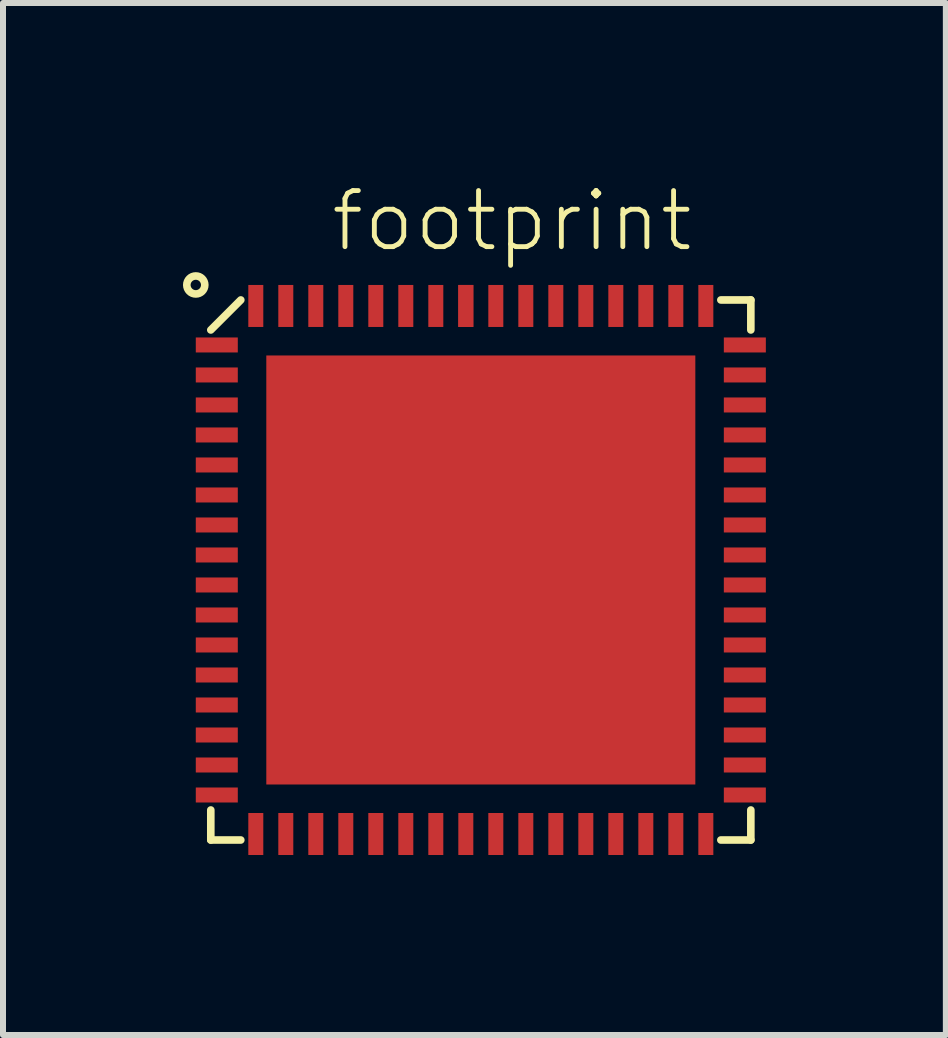
<source format=kicad_pcb>
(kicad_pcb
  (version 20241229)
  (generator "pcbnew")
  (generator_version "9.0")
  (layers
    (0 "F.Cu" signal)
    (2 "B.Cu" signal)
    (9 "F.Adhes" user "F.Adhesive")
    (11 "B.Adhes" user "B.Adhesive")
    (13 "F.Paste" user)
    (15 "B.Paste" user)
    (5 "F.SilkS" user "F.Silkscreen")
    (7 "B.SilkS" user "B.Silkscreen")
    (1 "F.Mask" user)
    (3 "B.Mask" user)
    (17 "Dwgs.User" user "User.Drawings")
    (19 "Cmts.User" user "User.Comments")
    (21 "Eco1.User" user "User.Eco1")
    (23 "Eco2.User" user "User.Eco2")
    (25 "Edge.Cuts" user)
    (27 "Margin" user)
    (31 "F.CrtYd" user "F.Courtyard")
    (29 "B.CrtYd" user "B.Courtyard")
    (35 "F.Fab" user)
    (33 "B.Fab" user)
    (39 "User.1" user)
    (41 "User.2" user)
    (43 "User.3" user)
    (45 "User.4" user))
  (footprint "footprint"
    (layer "F.Cu")
    (at 4.963 6.449)
    (property "Reference" "footprint" (at -2.54 -5.27 0) (layer "F.SilkS") (effects (font (size 0.935 0.935) (thickness 0.081)) (justify left bottom)))
    (fp_line (start -4.5 4.5) (end -4.5 4) (stroke (width 0.127) (type solid)) (layer "F.SilkS"))
    (fp_line (start -4 -4.5) (end -4.5 -4) (stroke (width 0.127) (type solid)) (layer "F.SilkS"))
    (fp_line (start -4 4.5) (end -4.5 4.5) (stroke (width 0.127) (type solid)) (layer "F.SilkS"))
    (fp_line (start 4 -4.5) (end 4.5 -4.5) (stroke (width 0.127) (type solid)) (layer "F.SilkS"))
    (fp_line (start 4 4.5) (end 4.5 4.5) (stroke (width 0.127) (type solid)) (layer "F.SilkS"))
    (fp_line (start 4.5 -4.5) (end 4.5 -4) (stroke (width 0.127) (type solid)) (layer "F.SilkS"))
    (fp_line (start 4.5 4.5) (end 4.5 4) (stroke (width 0.127) (type solid)) (layer "F.SilkS"))
    (fp_circle (center -4.75 -4.75) (end -4.6 -4.75) (stroke (width 0.127) (type solid)) (fill no) (layer "F.SilkS"))
    (fp_poly (pts (xy -4.68 -3.65) (xy -4.12 -3.65) (xy -4.12 -3.85) (xy -4.68 -3.85)) (stroke (width 0) (type solid)) (fill yes) (layer "F.Paste"))
    (fp_poly (pts (xy -4.68 -3.15) (xy -4.12 -3.15) (xy -4.12 -3.35) (xy -4.68 -3.35)) (stroke (width 0) (type solid)) (fill yes) (layer "F.Paste"))
    (fp_poly (pts (xy -4.68 -2.65) (xy -4.12 -2.65) (xy -4.12 -2.85) (xy -4.68 -2.85)) (stroke (width 0) (type solid)) (fill yes) (layer "F.Paste"))
    (fp_poly (pts (xy -4.68 -2.15) (xy -4.12 -2.15) (xy -4.12 -2.35) (xy -4.68 -2.35)) (stroke (width 0) (type solid)) (fill yes) (layer "F.Paste"))
    (fp_poly (pts (xy -4.68 -1.65) (xy -4.12 -1.65) (xy -4.12 -1.85) (xy -4.68 -1.85)) (stroke (width 0) (type solid)) (fill yes) (layer "F.Paste"))
    (fp_poly (pts (xy -4.68 -1.15) (xy -4.12 -1.15) (xy -4.12 -1.35) (xy -4.68 -1.35)) (stroke (width 0) (type solid)) (fill yes) (layer "F.Paste"))
    (fp_poly (pts (xy -4.68 -0.65) (xy -4.12 -0.65) (xy -4.12 -0.85) (xy -4.68 -0.85)) (stroke (width 0) (type solid)) (fill yes) (layer "F.Paste"))
    (fp_poly (pts (xy -4.68 -0.15) (xy -4.12 -0.15) (xy -4.12 -0.35) (xy -4.68 -0.35)) (stroke (width 0) (type solid)) (fill yes) (layer "F.Paste"))
    (fp_poly (pts (xy -4.68 0.35) (xy -4.12 0.35) (xy -4.12 0.15) (xy -4.68 0.15)) (stroke (width 0) (type solid)) (fill yes) (layer "F.Paste"))
    (fp_poly (pts (xy -4.68 0.85) (xy -4.12 0.85) (xy -4.12 0.65) (xy -4.68 0.65)) (stroke (width 0) (type solid)) (fill yes) (layer "F.Paste"))
    (fp_poly (pts (xy -4.68 1.35) (xy -4.12 1.35) (xy -4.12 1.15) (xy -4.68 1.15)) (stroke (width 0) (type solid)) (fill yes) (layer "F.Paste"))
    (fp_poly (pts (xy -4.68 1.85) (xy -4.12 1.85) (xy -4.12 1.65) (xy -4.68 1.65)) (stroke (width 0) (type solid)) (fill yes) (layer "F.Paste"))
    (fp_poly (pts (xy -4.68 2.35) (xy -4.12 2.35) (xy -4.12 2.15) (xy -4.68 2.15)) (stroke (width 0) (type solid)) (fill yes) (layer "F.Paste"))
    (fp_poly (pts (xy -4.68 2.85) (xy -4.12 2.85) (xy -4.12 2.65) (xy -4.68 2.65)) (stroke (width 0) (type solid)) (fill yes) (layer "F.Paste"))
    (fp_poly (pts (xy -4.68 3.35) (xy -4.12 3.35) (xy -4.12 3.15) (xy -4.68 3.15)) (stroke (width 0) (type solid)) (fill yes) (layer "F.Paste"))
    (fp_poly (pts (xy -4.68 3.85) (xy -4.12 3.85) (xy -4.12 3.65) (xy -4.68 3.65)) (stroke (width 0) (type solid)) (fill yes) (layer "F.Paste"))
    (fp_poly (pts (xy -3.85 -4.12) (xy -3.65 -4.12) (xy -3.65 -4.68) (xy -3.85 -4.68)) (stroke (width 0) (type solid)) (fill yes) (layer "F.Paste"))
    (fp_poly (pts (xy -3.85 4.68) (xy -3.65 4.68) (xy -3.65 4.12) (xy -3.85 4.12)) (stroke (width 0) (type solid)) (fill yes) (layer "F.Paste"))
    (fp_poly (pts (xy -3.35 -4.12) (xy -3.15 -4.12) (xy -3.15 -4.68) (xy -3.35 -4.68)) (stroke (width 0) (type solid)) (fill yes) (layer "F.Paste"))
    (fp_poly (pts (xy -3.35 4.68) (xy -3.15 4.68) (xy -3.15 4.12) (xy -3.35 4.12)) (stroke (width 0) (type solid)) (fill yes) (layer "F.Paste"))
    (fp_poly (pts (xy -2.85 -4.12) (xy -2.65 -4.12) (xy -2.65 -4.68) (xy -2.85 -4.68)) (stroke (width 0) (type solid)) (fill yes) (layer "F.Paste"))
    (fp_poly (pts (xy -2.85 4.68) (xy -2.65 4.68) (xy -2.65 4.12) (xy -2.85 4.12)) (stroke (width 0) (type solid)) (fill yes) (layer "F.Paste"))
    (fp_poly (pts (xy -2.663 -0.912) (xy -0.912 -0.912) (xy -0.912 -2.663) (xy -2.663 -2.663)) (stroke (width 0) (type solid)) (fill yes) (layer "F.Paste"))
    (fp_poly (pts (xy -2.663 2.663) (xy -0.912 2.663) (xy -0.912 0.912) (xy -2.663 0.912)) (stroke (width 0) (type solid)) (fill yes) (layer "F.Paste"))
    (fp_poly (pts (xy -2.35 -4.12) (xy -2.15 -4.12) (xy -2.15 -4.68) (xy -2.35 -4.68)) (stroke (width 0) (type solid)) (fill yes) (layer "F.Paste"))
    (fp_poly (pts (xy -2.35 4.68) (xy -2.15 4.68) (xy -2.15 4.12) (xy -2.35 4.12)) (stroke (width 0) (type solid)) (fill yes) (layer "F.Paste"))
    (fp_poly (pts (xy -1.85 -4.12) (xy -1.65 -4.12) (xy -1.65 -4.68) (xy -1.85 -4.68)) (stroke (width 0) (type solid)) (fill yes) (layer "F.Paste"))
    (fp_poly (pts (xy -1.85 4.68) (xy -1.65 4.68) (xy -1.65 4.12) (xy -1.85 4.12)) (stroke (width 0) (type solid)) (fill yes) (layer "F.Paste"))
    (fp_poly (pts (xy -1.35 -4.12) (xy -1.15 -4.12) (xy -1.15 -4.68) (xy -1.35 -4.68)) (stroke (width 0) (type solid)) (fill yes) (layer "F.Paste"))
    (fp_poly (pts (xy -1.35 4.68) (xy -1.15 4.68) (xy -1.15 4.12) (xy -1.35 4.12)) (stroke (width 0) (type solid)) (fill yes) (layer "F.Paste"))
    (fp_poly (pts (xy -0.85 -4.12) (xy -0.65 -4.12) (xy -0.65 -4.68) (xy -0.85 -4.68)) (stroke (width 0) (type solid)) (fill yes) (layer "F.Paste"))
    (fp_poly (pts (xy -0.85 4.68) (xy -0.65 4.68) (xy -0.65 4.12) (xy -0.85 4.12)) (stroke (width 0) (type solid)) (fill yes) (layer "F.Paste"))
    (fp_poly (pts (xy -0.35 -4.12) (xy -0.15 -4.12) (xy -0.15 -4.68) (xy -0.35 -4.68)) (stroke (width 0) (type solid)) (fill yes) (layer "F.Paste"))
    (fp_poly (pts (xy -0.35 4.68) (xy -0.15 4.68) (xy -0.15 4.12) (xy -0.35 4.12)) (stroke (width 0) (type solid)) (fill yes) (layer "F.Paste"))
    (fp_poly (pts (xy 0.15 -4.12) (xy 0.35 -4.12) (xy 0.35 -4.68) (xy 0.15 -4.68)) (stroke (width 0) (type solid)) (fill yes) (layer "F.Paste"))
    (fp_poly (pts (xy 0.15 4.68) (xy 0.35 4.68) (xy 0.35 4.12) (xy 0.15 4.12)) (stroke (width 0) (type solid)) (fill yes) (layer "F.Paste"))
    (fp_poly (pts (xy 0.65 -4.12) (xy 0.85 -4.12) (xy 0.85 -4.68) (xy 0.65 -4.68)) (stroke (width 0) (type solid)) (fill yes) (layer "F.Paste"))
    (fp_poly (pts (xy 0.65 4.68) (xy 0.85 4.68) (xy 0.85 4.12) (xy 0.65 4.12)) (stroke (width 0) (type solid)) (fill yes) (layer "F.Paste"))
    (fp_poly (pts (xy 0.912 -0.912) (xy 2.663 -0.912) (xy 2.663 -2.663) (xy 0.912 -2.663)) (stroke (width 0) (type solid)) (fill yes) (layer "F.Paste"))
    (fp_poly (pts (xy 0.912 2.663) (xy 2.663 2.663) (xy 2.663 0.912) (xy 0.912 0.912)) (stroke (width 0) (type solid)) (fill yes) (layer "F.Paste"))
    (fp_poly (pts (xy 1.15 -4.12) (xy 1.35 -4.12) (xy 1.35 -4.68) (xy 1.15 -4.68)) (stroke (width 0) (type solid)) (fill yes) (layer "F.Paste"))
    (fp_poly (pts (xy 1.15 4.68) (xy 1.35 4.68) (xy 1.35 4.12) (xy 1.15 4.12)) (stroke (width 0) (type solid)) (fill yes) (layer "F.Paste"))
    (fp_poly (pts (xy 1.65 -4.12) (xy 1.85 -4.12) (xy 1.85 -4.68) (xy 1.65 -4.68)) (stroke (width 0) (type solid)) (fill yes) (layer "F.Paste"))
    (fp_poly (pts (xy 1.65 4.68) (xy 1.85 4.68) (xy 1.85 4.12) (xy 1.65 4.12)) (stroke (width 0) (type solid)) (fill yes) (layer "F.Paste"))
    (fp_poly (pts (xy 2.15 -4.12) (xy 2.35 -4.12) (xy 2.35 -4.68) (xy 2.15 -4.68)) (stroke (width 0) (type solid)) (fill yes) (layer "F.Paste"))
    (fp_poly (pts (xy 2.15 4.68) (xy 2.35 4.68) (xy 2.35 4.12) (xy 2.15 4.12)) (stroke (width 0) (type solid)) (fill yes) (layer "F.Paste"))
    (fp_poly (pts (xy 2.65 -4.12) (xy 2.85 -4.12) (xy 2.85 -4.68) (xy 2.65 -4.68)) (stroke (width 0) (type solid)) (fill yes) (layer "F.Paste"))
    (fp_poly (pts (xy 2.65 4.68) (xy 2.85 4.68) (xy 2.85 4.12) (xy 2.65 4.12)) (stroke (width 0) (type solid)) (fill yes) (layer "F.Paste"))
    (fp_poly (pts (xy 3.15 -4.12) (xy 3.35 -4.12) (xy 3.35 -4.68) (xy 3.15 -4.68)) (stroke (width 0) (type solid)) (fill yes) (layer "F.Paste"))
    (fp_poly (pts (xy 3.15 4.68) (xy 3.35 4.68) (xy 3.35 4.12) (xy 3.15 4.12)) (stroke (width 0) (type solid)) (fill yes) (layer "F.Paste"))
    (fp_poly (pts (xy 3.65 -4.12) (xy 3.85 -4.12) (xy 3.85 -4.68) (xy 3.65 -4.68)) (stroke (width 0) (type solid)) (fill yes) (layer "F.Paste"))
    (fp_poly (pts (xy 3.65 4.68) (xy 3.85 4.68) (xy 3.85 4.12) (xy 3.65 4.12)) (stroke (width 0) (type solid)) (fill yes) (layer "F.Paste"))
    (fp_poly (pts (xy 4.12 -3.65) (xy 4.68 -3.65) (xy 4.68 -3.85) (xy 4.12 -3.85)) (stroke (width 0) (type solid)) (fill yes) (layer "F.Paste"))
    (fp_poly (pts (xy 4.12 -3.15) (xy 4.68 -3.15) (xy 4.68 -3.35) (xy 4.12 -3.35)) (stroke (width 0) (type solid)) (fill yes) (layer "F.Paste"))
    (fp_poly (pts (xy 4.12 -2.65) (xy 4.68 -2.65) (xy 4.68 -2.85) (xy 4.12 -2.85)) (stroke (width 0) (type solid)) (fill yes) (layer "F.Paste"))
    (fp_poly (pts (xy 4.12 -2.15) (xy 4.68 -2.15) (xy 4.68 -2.35) (xy 4.12 -2.35)) (stroke (width 0) (type solid)) (fill yes) (layer "F.Paste"))
    (fp_poly (pts (xy 4.12 -1.65) (xy 4.68 -1.65) (xy 4.68 -1.85) (xy 4.12 -1.85)) (stroke (width 0) (type solid)) (fill yes) (layer "F.Paste"))
    (fp_poly (pts (xy 4.12 -1.15) (xy 4.68 -1.15) (xy 4.68 -1.35) (xy 4.12 -1.35)) (stroke (width 0) (type solid)) (fill yes) (layer "F.Paste"))
    (fp_poly (pts (xy 4.12 -0.65) (xy 4.68 -0.65) (xy 4.68 -0.85) (xy 4.12 -0.85)) (stroke (width 0) (type solid)) (fill yes) (layer "F.Paste"))
    (fp_poly (pts (xy 4.12 -0.15) (xy 4.68 -0.15) (xy 4.68 -0.35) (xy 4.12 -0.35)) (stroke (width 0) (type solid)) (fill yes) (layer "F.Paste"))
    (fp_poly (pts (xy 4.12 0.35) (xy 4.68 0.35) (xy 4.68 0.15) (xy 4.12 0.15)) (stroke (width 0) (type solid)) (fill yes) (layer "F.Paste"))
    (fp_poly (pts (xy 4.12 0.85) (xy 4.68 0.85) (xy 4.68 0.65) (xy 4.12 0.65)) (stroke (width 0) (type solid)) (fill yes) (layer "F.Paste"))
    (fp_poly (pts (xy 4.12 1.35) (xy 4.68 1.35) (xy 4.68 1.15) (xy 4.12 1.15)) (stroke (width 0) (type solid)) (fill yes) (layer "F.Paste"))
    (fp_poly (pts (xy 4.12 1.85) (xy 4.68 1.85) (xy 4.68 1.65) (xy 4.12 1.65)) (stroke (width 0) (type solid)) (fill yes) (layer "F.Paste"))
    (fp_poly (pts (xy 4.12 2.35) (xy 4.68 2.35) (xy 4.68 2.15) (xy 4.12 2.15)) (stroke (width 0) (type solid)) (fill yes) (layer "F.Paste"))
    (fp_poly (pts (xy 4.12 2.85) (xy 4.68 2.85) (xy 4.68 2.65) (xy 4.12 2.65)) (stroke (width 0) (type solid)) (fill yes) (layer "F.Paste"))
    (fp_poly (pts (xy 4.12 3.35) (xy 4.68 3.35) (xy 4.68 3.15) (xy 4.12 3.15)) (stroke (width 0) (type solid)) (fill yes) (layer "F.Paste"))
    (fp_poly (pts (xy 4.12 3.85) (xy 4.68 3.85) (xy 4.68 3.65) (xy 4.12 3.65)) (stroke (width 0) (type solid)) (fill yes) (layer "F.Paste"))
    (pad "1" smd rect (at -4.4 -3.75 90) (size 0.25 0.7) (layers "F.Cu" "F.Mask"))
    (pad "2" smd rect (at -4.4 -3.25 90) (size 0.25 0.7) (layers "F.Cu" "F.Mask"))
    (pad "3" smd rect (at -4.4 -2.75 90) (size 0.25 0.7) (layers "F.Cu" "F.Mask"))
    (pad "4" smd rect (at -4.4 -2.25 90) (size 0.25 0.7) (layers "F.Cu" "F.Mask"))
    (pad "5" smd rect (at -4.4 -1.75 90) (size 0.25 0.7) (layers "F.Cu" "F.Mask"))
    (pad "6" smd rect (at -4.4 -1.25 90) (size 0.25 0.7) (layers "F.Cu" "F.Mask"))
    (pad "7" smd rect (at -4.4 -0.75 90) (size 0.25 0.7) (layers "F.Cu" "F.Mask"))
    (pad "8" smd rect (at -4.4 -0.25 90) (size 0.25 0.7) (layers "F.Cu" "F.Mask"))
    (pad "9" smd rect (at -4.4 0.25 90) (size 0.25 0.7) (layers "F.Cu" "F.Mask"))
    (pad "10" smd rect (at -4.4 0.75 90) (size 0.25 0.7) (layers "F.Cu" "F.Mask"))
    (pad "11" smd rect (at -4.4 1.25 90) (size 0.25 0.7) (layers "F.Cu" "F.Mask"))
    (pad "12" smd rect (at -4.4 1.75 90) (size 0.25 0.7) (layers "F.Cu" "F.Mask"))
    (pad "13" smd rect (at -4.4 2.25 90) (size 0.25 0.7) (layers "F.Cu" "F.Mask"))
    (pad "14" smd rect (at -4.4 2.75 90) (size 0.25 0.7) (layers "F.Cu" "F.Mask"))
    (pad "15" smd rect (at -4.4 3.25 90) (size 0.25 0.7) (layers "F.Cu" "F.Mask"))
    (pad "16" smd rect (at -4.4 3.75 90) (size 0.25 0.7) (layers "F.Cu" "F.Mask"))
    (pad "17" smd rect (at -3.75 4.4) (size 0.25 0.7) (layers "F.Cu" "F.Mask"))
    (pad "18" smd rect (at -3.25 4.4) (size 0.25 0.7) (layers "F.Cu" "F.Mask"))
    (pad "19" smd rect (at -2.75 4.4) (size 0.25 0.7) (layers "F.Cu" "F.Mask"))
    (pad "20" smd rect (at -2.25 4.4) (size 0.25 0.7) (layers "F.Cu" "F.Mask"))
    (pad "21" smd rect (at -1.75 4.4) (size 0.25 0.7) (layers "F.Cu" "F.Mask"))
    (pad "22" smd rect (at -1.25 4.4) (size 0.25 0.7) (layers "F.Cu" "F.Mask"))
    (pad "23" smd rect (at -0.75 4.4) (size 0.25 0.7) (layers "F.Cu" "F.Mask"))
    (pad "24" smd rect (at -0.25 4.4) (size 0.25 0.7) (layers "F.Cu" "F.Mask"))
    (pad "25" smd rect (at 0.25 4.4) (size 0.25 0.7) (layers "F.Cu" "F.Mask"))
    (pad "26" smd rect (at 0.75 4.4) (size 0.25 0.7) (layers "F.Cu" "F.Mask"))
    (pad "27" smd rect (at 1.25 4.4) (size 0.25 0.7) (layers "F.Cu" "F.Mask"))
    (pad "28" smd rect (at 1.75 4.4) (size 0.25 0.7) (layers "F.Cu" "F.Mask"))
    (pad "29" smd rect (at 2.25 4.4) (size 0.25 0.7) (layers "F.Cu" "F.Mask"))
    (pad "30" smd rect (at 2.75 4.4) (size 0.25 0.7) (layers "F.Cu" "F.Mask"))
    (pad "31" smd rect (at 3.25 4.4) (size 0.25 0.7) (layers "F.Cu" "F.Mask"))
    (pad "32" smd rect (at 3.75 4.4) (size 0.25 0.7) (layers "F.Cu" "F.Mask"))
    (pad "33" smd rect (at 4.4 3.75 90) (size 0.25 0.7) (layers "F.Cu" "F.Mask"))
    (pad "34" smd rect (at 4.4 3.25 90) (size 0.25 0.7) (layers "F.Cu" "F.Mask"))
    (pad "35" smd rect (at 4.4 2.75 90) (size 0.25 0.7) (layers "F.Cu" "F.Mask"))
    (pad "36" smd rect (at 4.4 2.25 90) (size 0.25 0.7) (layers "F.Cu" "F.Mask"))
    (pad "37" smd rect (at 4.4 1.75 90) (size 0.25 0.7) (layers "F.Cu" "F.Mask"))
    (pad "38" smd rect (at 4.4 1.25 90) (size 0.25 0.7) (layers "F.Cu" "F.Mask"))
    (pad "39" smd rect (at 4.4 0.75 90) (size 0.25 0.7) (layers "F.Cu" "F.Mask"))
    (pad "40" smd rect (at 4.4 0.25 90) (size 0.25 0.7) (layers "F.Cu" "F.Mask"))
    (pad "41" smd rect (at 4.4 -0.25 90) (size 0.25 0.7) (layers "F.Cu" "F.Mask"))
    (pad "42" smd rect (at 4.4 -0.75 90) (size 0.25 0.7) (layers "F.Cu" "F.Mask"))
    (pad "43" smd rect (at 4.4 -1.25 90) (size 0.25 0.7) (layers "F.Cu" "F.Mask"))
    (pad "44" smd rect (at 4.4 -1.75 90) (size 0.25 0.7) (layers "F.Cu" "F.Mask"))
    (pad "45" smd rect (at 4.4 -2.25 90) (size 0.25 0.7) (layers "F.Cu" "F.Mask"))
    (pad "46" smd rect (at 4.4 -2.75 90) (size 0.25 0.7) (layers "F.Cu" "F.Mask"))
    (pad "47" smd rect (at 4.4 -3.25 90) (size 0.25 0.7) (layers "F.Cu" "F.Mask"))
    (pad "48" smd rect (at 4.4 -3.75 90) (size 0.25 0.7) (layers "F.Cu" "F.Mask"))
    (pad "49" smd rect (at 3.75 -4.4) (size 0.25 0.7) (layers "F.Cu" "F.Mask"))
    (pad "50" smd rect (at 3.25 -4.4) (size 0.25 0.7) (layers "F.Cu" "F.Mask"))
    (pad "51" smd rect (at 2.75 -4.4) (size 0.25 0.7) (layers "F.Cu" "F.Mask"))
    (pad "52" smd rect (at 2.25 -4.4) (size 0.25 0.7) (layers "F.Cu" "F.Mask"))
    (pad "53" smd rect (at 1.75 -4.4) (size 0.25 0.7) (layers "F.Cu" "F.Mask"))
    (pad "54" smd rect (at 1.25 -4.4) (size 0.25 0.7) (layers "F.Cu" "F.Mask"))
    (pad "55" smd rect (at 0.75 -4.4) (size 0.25 0.7) (layers "F.Cu" "F.Mask"))
    (pad "56" smd rect (at 0.25 -4.4) (size 0.25 0.7) (layers "F.Cu" "F.Mask"))
    (pad "57" smd rect (at -0.25 -4.4) (size 0.25 0.7) (layers "F.Cu" "F.Mask"))
    (pad "58" smd rect (at -0.75 -4.4) (size 0.25 0.7) (layers "F.Cu" "F.Mask"))
    (pad "59" smd rect (at -1.25 -4.4) (size 0.25 0.7) (layers "F.Cu" "F.Mask"))
    (pad "60" smd rect (at -1.75 -4.4) (size 0.25 0.7) (layers "F.Cu" "F.Mask"))
    (pad "61" smd rect (at -2.25 -4.4) (size 0.25 0.7) (layers "F.Cu" "F.Mask"))
    (pad "62" smd rect (at -2.75 -4.4) (size 0.25 0.7) (layers "F.Cu" "F.Mask"))
    (pad "63" smd rect (at -3.25 -4.4) (size 0.25 0.7) (layers "F.Cu" "F.Mask"))
    (pad "64" smd rect (at -3.75 -4.4) (size 0.25 0.7) (layers "F.Cu" "F.Mask"))
    (pad "65" smd rect (at 0 0) (size 7.15 7.15) (layers "F.Cu" "F.Mask"))
    (pad "66" smd rect (at -0.25 -4.4) (size 0.25 0.7) (layers "F.Cu" "F.Mask")))
  (gr_rect
    (start -3 -3)
    (end 12.713 14.199)
    (stroke (width 0.1) (type default))
    (fill no)
    (layer "Edge.Cuts")))
</source>
